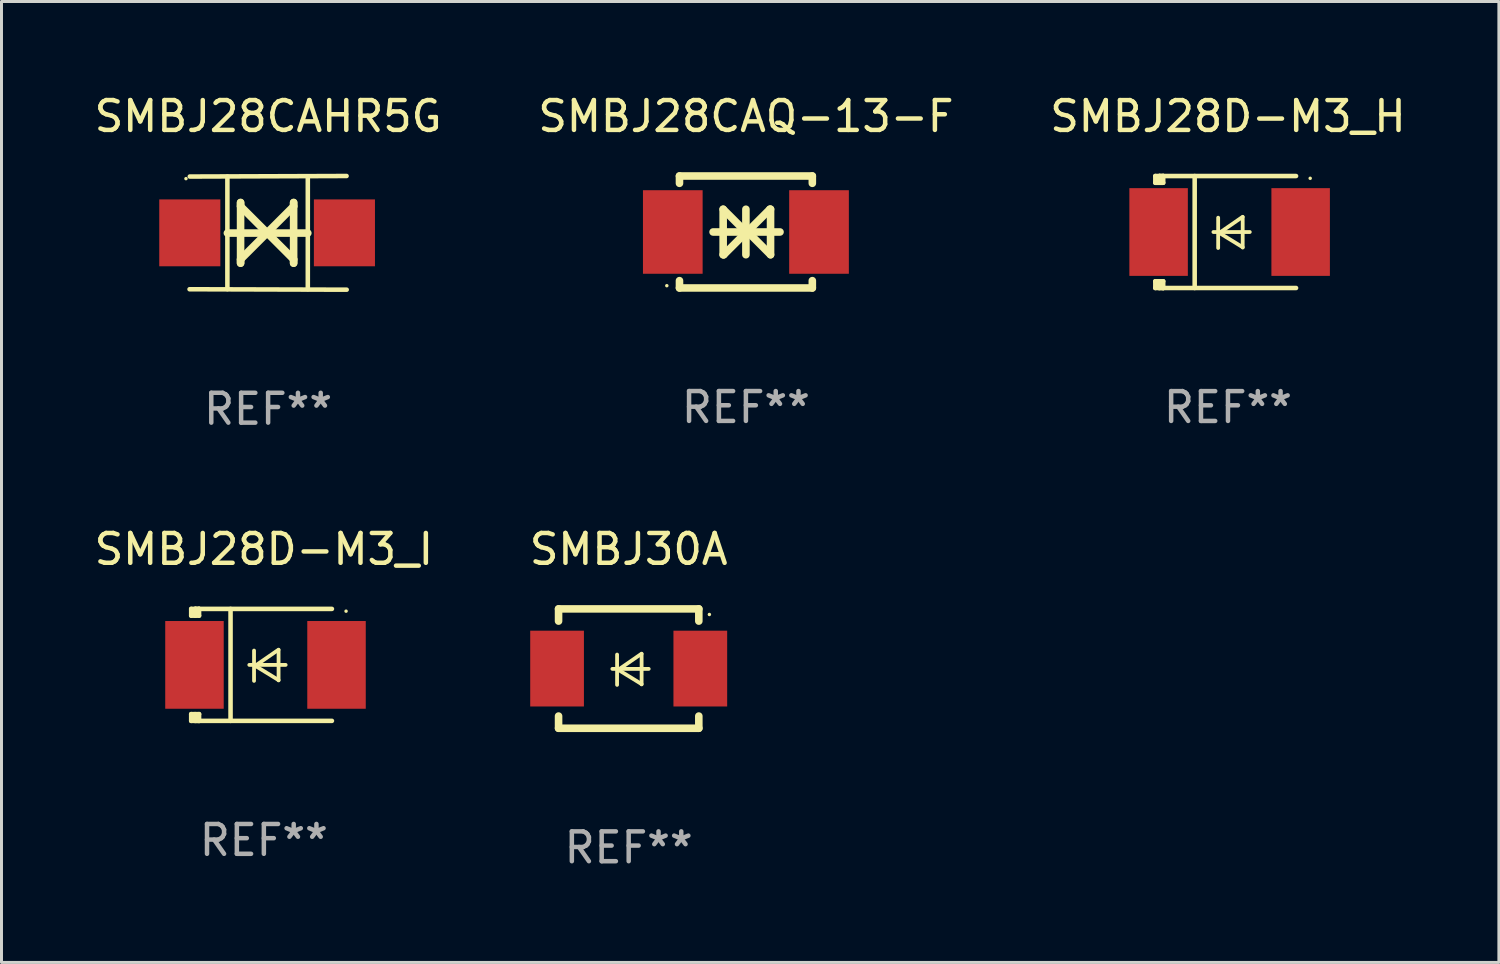
<source format=kicad_pcb>
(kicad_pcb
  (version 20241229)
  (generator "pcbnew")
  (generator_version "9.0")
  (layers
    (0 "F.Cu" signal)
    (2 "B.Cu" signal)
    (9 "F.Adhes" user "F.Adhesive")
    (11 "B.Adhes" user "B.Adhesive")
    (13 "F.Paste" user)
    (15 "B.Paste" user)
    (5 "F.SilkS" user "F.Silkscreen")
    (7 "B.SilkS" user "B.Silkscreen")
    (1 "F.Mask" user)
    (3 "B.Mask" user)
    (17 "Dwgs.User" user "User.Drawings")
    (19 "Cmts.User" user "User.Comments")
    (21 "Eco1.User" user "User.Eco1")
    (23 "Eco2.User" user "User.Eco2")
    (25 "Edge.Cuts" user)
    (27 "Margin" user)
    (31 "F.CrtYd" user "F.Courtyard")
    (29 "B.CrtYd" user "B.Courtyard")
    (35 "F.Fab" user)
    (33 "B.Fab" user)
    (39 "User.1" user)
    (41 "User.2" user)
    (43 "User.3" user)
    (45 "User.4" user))
  (footprint "SMBJ28CAHR5G"
    (layer "F.Cu")
    (at 5.935 4.753)
    (property "Reference" "SMBJ28CAHR5G" (at 0 -3.905 0) (layer "F.SilkS") (effects (font (size 1 1) (thickness 0.15))))
    (attr through_hole)
    (fp_line (start -1.365 1.886) (end -1.365 -1.886) (stroke (width 0.152) (type solid)) (layer "F.SilkS"))
    (fp_line (start -1.365 0.008) (end 1.33 0.008) (stroke (width 0.254) (type solid)) (layer "F.SilkS"))
    (fp_line (start -0.923 -1.016) (end -0.923 1.016) (stroke (width 0.254) (type solid)) (layer "F.SilkS"))
    (fp_line (start -0.923 -0.889) (end -0.923 -1.016) (stroke (width 0.254) (type solid)) (layer "F.SilkS"))
    (fp_line (start -0.923 0.889) (end -0.034 0) (stroke (width 0.254) (type solid)) (layer "F.SilkS"))
    (fp_line (start -0.923 1.016) (end -0.923 0.889) (stroke (width 0.254) (type solid)) (layer "F.SilkS"))
    (fp_line (start -0.034 0) (end -0.923 -0.889) (stroke (width 0.254) (type solid)) (layer "F.SilkS"))
    (fp_line (start -0.034 0) (end 0.855 0.889) (stroke (width 0.254) (type solid)) (layer "F.SilkS"))
    (fp_line (start 0.855 -1.016) (end 0.855 -0.889) (stroke (width 0.254) (type solid)) (layer "F.SilkS"))
    (fp_line (start 0.855 -0.889) (end -0.034 0) (stroke (width 0.254) (type solid)) (layer "F.SilkS"))
    (fp_line (start 0.855 0.889) (end 0.855 1.016) (stroke (width 0.254) (type solid)) (layer "F.SilkS"))
    (fp_line (start 0.855 1.016) (end 0.855 -1.016) (stroke (width 0.254) (type solid)) (layer "F.SilkS"))
    (fp_line (start 1.33 1.886) (end 1.33 -1.886) (stroke (width 0.152) (type solid)) (layer "F.SilkS"))
    (fp_line (start 2.629 -1.905) (end -2.625 -1.887) (stroke (width 0.152) (type solid)) (layer "F.SilkS"))
    (fp_line (start 2.633 1.905) (end -2.633 1.89) (stroke (width 0.152) (type solid)) (layer "F.SilkS"))
    (fp_circle (center -2.753 -1.816) (end -2.723 -1.816) (stroke (width 0.06) (type solid)) (fill no) (layer "F.SilkS"))
    (fp_text user "REF**" (at 0 5.905 0) (layer "F.Fab") (effects (font (size 1 1) (thickness 0.15))))
    (pad "1" smd rect (at -2.625 0) (size 2.047 2.241) (layers "F.Cu" "F.Mask" "F.Paste"))
    (pad "2" smd rect (at 2.557 0) (size 2.047 2.241) (layers "F.Cu" "F.Mask" "F.Paste")))
  (footprint "SMBJ28D-M3_I"
    (layer "F.Cu")
    (at 5.792 19.231)
    (property "Reference" "SMBJ28D-M3_I" (at 0 -3.876 0) (layer "F.SilkS") (effects (font (size 1 1) (thickness 0.15))))
    (attr through_hole)
    (fp_line (start -2.435 1.65) (end -2.171 1.65) (stroke (width 0.152) (type solid)) (layer "F.SilkS"))
    (fp_line (start -2.435 1.876) (end -2.435 1.65) (stroke (width 0.152) (type solid)) (layer "F.SilkS"))
    (fp_line (start -2.435 -1.876) (end -2.171 -1.876) (stroke (width 0.152) (type solid)) (layer "F.SilkS"))
    (fp_line (start -2.435 -1.65) (end -2.435 -1.876) (stroke (width 0.152) (type solid)) (layer "F.SilkS"))
    (fp_line (start -2.305 -1.866) (end -2.295 -1.876) (stroke (width 0.152) (type solid)) (layer "F.SilkS"))
    (fp_line (start -2.305 -1.65) (end -2.305 -1.866) (stroke (width 0.152) (type solid)) (layer "F.SilkS"))
    (fp_line (start -2.305 1.876) (end -2.305 1.65) (stroke (width 0.152) (type solid)) (layer "F.SilkS"))
    (fp_line (start -2.295 -1.876) (end -2.295 -1.65) (stroke (width 0.152) (type solid)) (layer "F.SilkS"))
    (fp_line (start -2.171 1.876) (end -2.435 1.876) (stroke (width 0.152) (type solid)) (layer "F.SilkS"))
    (fp_line (start -2.171 -1.65) (end -2.435 -1.65) (stroke (width 0.152) (type solid)) (layer "F.SilkS"))
    (fp_line (start -2.171 -1.876) (end -2.295 -1.876) (stroke (width 0.152) (type solid)) (layer "F.SilkS"))
    (fp_line (start -2.171 -1.65) (end -2.171 -1.876) (stroke (width 0.152) (type solid)) (layer "F.SilkS"))
    (fp_line (start -2.171 1.876) (end -2.305 1.876) (stroke (width 0.152) (type solid)) (layer "F.SilkS"))
    (fp_line (start -2.171 1.876) (end -2.171 1.65) (stroke (width 0.152) (type solid)) (layer "F.SilkS"))
    (fp_line (start -1.116 1.876) (end -1.116 -1.876) (stroke (width 0.152) (type solid)) (layer "F.SilkS"))
    (fp_line (start -0.488 0.000102) (end 0.731 0.000102) (stroke (width 0.127) (type solid)) (layer "F.SilkS"))
    (fp_line (start -0.329 -0.48) (end -0.329 0.536) (stroke (width 0.127) (type solid)) (layer "F.SilkS"))
    (fp_line (start -0.29 0.03) (end 0.493 0.51) (stroke (width 0.127) (type solid)) (layer "F.SilkS"))
    (fp_line (start 0.493 -0.51) (end -0.29 0.03) (stroke (width 0.127) (type solid)) (layer "F.SilkS"))
    (fp_line (start 0.493 0.52) (end 0.493 -0.496) (stroke (width 0.127) (type solid)) (layer "F.SilkS"))
    (fp_line (start 2.281 -1.876) (end -2.171 -1.876) (stroke (width 0.152) (type solid)) (layer "F.SilkS"))
    (fp_line (start 2.281 1.876) (end -2.171 1.876) (stroke (width 0.152) (type solid)) (layer "F.SilkS"))
    (fp_circle (center 2.755 -1.8) (end 2.785 -1.8) (stroke (width 0.06) (type solid)) (fill no) (layer "F.SilkS"))
    (fp_text user "REF**" (at 0 5.876 0) (layer "F.Fab") (effects (font (size 1 1) (thickness 0.15))))
    (pad "1" smd rect (at 2.435 -0.000025 180) (size 1.96 2.94) (layers "F.Cu" "F.Mask" "F.Paste"))
    (pad "2" smd rect (at -2.325 -0.000025 180) (size 1.96 2.94) (layers "F.Cu" "F.Mask" "F.Paste")))
  (footprint "SMBJ28D-M3_H"
    (layer "F.Cu")
    (at 38.101 4.725)
    (property "Reference" "SMBJ28D-M3_H" (at 0 -3.876 0) (layer "F.SilkS") (effects (font (size 1 1) (thickness 0.15))))
    (attr through_hole)
    (fp_line (start -2.435 1.65) (end -2.171 1.65) (stroke (width 0.152) (type solid)) (layer "F.SilkS"))
    (fp_line (start -2.435 1.876) (end -2.435 1.65) (stroke (width 0.152) (type solid)) (layer "F.SilkS"))
    (fp_line (start -2.435 -1.876) (end -2.171 -1.876) (stroke (width 0.152) (type solid)) (layer "F.SilkS"))
    (fp_line (start -2.435 -1.65) (end -2.435 -1.876) (stroke (width 0.152) (type solid)) (layer "F.SilkS"))
    (fp_line (start -2.305 -1.866) (end -2.295 -1.876) (stroke (width 0.152) (type solid)) (layer "F.SilkS"))
    (fp_line (start -2.305 -1.65) (end -2.305 -1.866) (stroke (width 0.152) (type solid)) (layer "F.SilkS"))
    (fp_line (start -2.305 1.876) (end -2.305 1.65) (stroke (width 0.152) (type solid)) (layer "F.SilkS"))
    (fp_line (start -2.295 -1.876) (end -2.295 -1.65) (stroke (width 0.152) (type solid)) (layer "F.SilkS"))
    (fp_line (start -2.171 1.876) (end -2.435 1.876) (stroke (width 0.152) (type solid)) (layer "F.SilkS"))
    (fp_line (start -2.171 -1.65) (end -2.435 -1.65) (stroke (width 0.152) (type solid)) (layer "F.SilkS"))
    (fp_line (start -2.171 -1.876) (end -2.295 -1.876) (stroke (width 0.152) (type solid)) (layer "F.SilkS"))
    (fp_line (start -2.171 -1.65) (end -2.171 -1.876) (stroke (width 0.152) (type solid)) (layer "F.SilkS"))
    (fp_line (start -2.171 1.876) (end -2.305 1.876) (stroke (width 0.152) (type solid)) (layer "F.SilkS"))
    (fp_line (start -2.171 1.876) (end -2.171 1.65) (stroke (width 0.152) (type solid)) (layer "F.SilkS"))
    (fp_line (start -1.116 1.876) (end -1.116 -1.876) (stroke (width 0.152) (type solid)) (layer "F.SilkS"))
    (fp_line (start -0.488 0.000102) (end 0.731 0.000102) (stroke (width 0.127) (type solid)) (layer "F.SilkS"))
    (fp_line (start -0.329 -0.48) (end -0.329 0.536) (stroke (width 0.127) (type solid)) (layer "F.SilkS"))
    (fp_line (start -0.29 0.03) (end 0.493 0.51) (stroke (width 0.127) (type solid)) (layer "F.SilkS"))
    (fp_line (start 0.493 -0.51) (end -0.29 0.03) (stroke (width 0.127) (type solid)) (layer "F.SilkS"))
    (fp_line (start 0.493 0.52) (end 0.493 -0.496) (stroke (width 0.127) (type solid)) (layer "F.SilkS"))
    (fp_line (start 2.281 -1.876) (end -2.171 -1.876) (stroke (width 0.152) (type solid)) (layer "F.SilkS"))
    (fp_line (start 2.281 1.876) (end -2.171 1.876) (stroke (width 0.152) (type solid)) (layer "F.SilkS"))
    (fp_circle (center 2.755 -1.8) (end 2.785 -1.8) (stroke (width 0.06) (type solid)) (fill no) (layer "F.SilkS"))
    (fp_text user "REF**" (at 0 5.876 0) (layer "F.Fab") (effects (font (size 1 1) (thickness 0.15))))
    (pad "1" smd rect (at 2.435 -0.000025 180) (size 1.96 2.94) (layers "F.Cu" "F.Mask" "F.Paste"))
    (pad "2" smd rect (at -2.325 -0.000025 180) (size 1.96 2.94) (layers "F.Cu" "F.Mask" "F.Paste")))
  (footprint "SMBJ30A"
    (layer "F.Cu")
    (at 18.018 19.355)
    (property "Reference" "SMBJ30A" (at 0 -4 0) (layer "F.SilkS") (effects (font (size 1 1) (thickness 0.15))))
    (attr through_hole)
    (fp_line (start -2.35 -2) (end -2.35 -1.591) (stroke (width 0.254) (type solid)) (layer "F.SilkS"))
    (fp_line (start -2.35 -2) (end 2.35 -2) (stroke (width 0.254) (type solid)) (layer "F.SilkS"))
    (fp_line (start -2.35 1.591) (end -2.35 2) (stroke (width 0.254) (type solid)) (layer "F.SilkS"))
    (fp_line (start -2.35 2) (end 2.35 2) (stroke (width 0.254) (type solid)) (layer "F.SilkS"))
    (fp_line (start -0.548 0.01) (end 0.671 0.01) (stroke (width 0.127) (type solid)) (layer "F.SilkS"))
    (fp_line (start -0.389 -0.47) (end -0.389 0.546) (stroke (width 0.127) (type solid)) (layer "F.SilkS"))
    (fp_line (start -0.35 0.04) (end 0.433 0.52) (stroke (width 0.127) (type solid)) (layer "F.SilkS"))
    (fp_line (start 0.433 -0.5) (end -0.35 0.04) (stroke (width 0.127) (type solid)) (layer "F.SilkS"))
    (fp_line (start 0.433 0.53) (end 0.433 -0.486) (stroke (width 0.127) (type solid)) (layer "F.SilkS"))
    (fp_line (start 2.35 -2) (end 2.35 -1.591) (stroke (width 0.254) (type solid)) (layer "F.SilkS"))
    (fp_line (start 2.35 1.591) (end 2.35 2) (stroke (width 0.254) (type solid)) (layer "F.SilkS"))
    (fp_circle (center 2.704 -1.813) (end 2.734 -1.813) (stroke (width 0.06) (type solid)) (fill no) (layer "F.SilkS"))
    (fp_text user "REF**" (at 0 6 0) (layer "F.Fab") (effects (font (size 1 1) (thickness 0.15))))
    (pad "1" smd rect (at 2.4 0) (size 1.8 2.54) (layers "F.Cu" "F.Mask" "F.Paste"))
    (pad "2" smd rect (at -2.4 0) (size 1.8 2.54) (layers "F.Cu" "F.Mask" "F.Paste")))
  (footprint "SMBJ28CAQ-13-F"
    (layer "F.Cu")
    (at 21.946 4.724)
    (property "Reference" "SMBJ28CAQ-13-F" (at 0 -3.876 0) (layer "F.SilkS") (effects (font (size 1 1) (thickness 0.15))))
    (attr through_hole)
    (fp_line (start -2.226 -1.876) (end -2.226 -1.631) (stroke (width 0.254) (type solid)) (layer "F.SilkS"))
    (fp_line (start -2.226 -1.876) (end 2.226 -1.876) (stroke (width 0.254) (type solid)) (layer "F.SilkS"))
    (fp_line (start -2.226 1.631) (end -2.226 1.876) (stroke (width 0.254) (type solid)) (layer "F.SilkS"))
    (fp_line (start -2.226 1.876) (end 2.226 1.876) (stroke (width 0.254) (type solid)) (layer "F.SilkS"))
    (fp_line (start -1.1 0) (end 1.143 0) (stroke (width 0.254) (type solid)) (layer "F.SilkS"))
    (fp_line (start -0.762 -0.762) (end -0.762 0.762) (stroke (width 0.254) (type solid)) (layer "F.SilkS"))
    (fp_line (start -0.762 0.762) (end -0.741 0.762) (stroke (width 0.254) (type solid)) (layer "F.SilkS"))
    (fp_line (start -0.741 0.762) (end 0.021 0) (stroke (width 0.254) (type solid)) (layer "F.SilkS"))
    (fp_line (start 0 -0.762) (end 0 0.762) (stroke (width 0.254) (type solid)) (layer "F.SilkS"))
    (fp_line (start 0 0) (end -0.762 -0.762) (stroke (width 0.254) (type solid)) (layer "F.SilkS"))
    (fp_line (start 0.021 0) (end 0 0) (stroke (width 0.254) (type solid)) (layer "F.SilkS"))
    (fp_line (start 0.042 0) (end 0.064 0) (stroke (width 0.254) (type solid)) (layer "F.SilkS"))
    (fp_line (start 0.064 0) (end 0.826 0.762) (stroke (width 0.254) (type solid)) (layer "F.SilkS"))
    (fp_line (start 0.804 -0.762) (end 0.042 0) (stroke (width 0.254) (type solid)) (layer "F.SilkS"))
    (fp_line (start 0.826 -0.762) (end 0.804 -0.762) (stroke (width 0.254) (type solid)) (layer "F.SilkS"))
    (fp_line (start 0.826 0.762) (end 0.826 -0.762) (stroke (width 0.254) (type solid)) (layer "F.SilkS"))
    (fp_line (start 2.226 -1.876) (end 2.226 -1.631) (stroke (width 0.254) (type solid)) (layer "F.SilkS"))
    (fp_line (start 2.226 1.631) (end 2.226 1.876) (stroke (width 0.254) (type solid)) (layer "F.SilkS"))
    (fp_circle (center -2.65 1.8) (end -2.62 1.8) (stroke (width 0.06) (type solid)) (fill no) (layer "F.SilkS"))
    (fp_text user "REF**" (at 0 5.876 0) (layer "F.Fab") (effects (font (size 1 1) (thickness 0.15))))
    (pad "1" smd rect (at -2.45 0 180) (size 2 2.8) (layers "F.Cu" "F.Mask" "F.Paste"))
    (pad "2" smd rect (at 2.45 0 180) (size 2 2.8) (layers "F.Cu" "F.Mask" "F.Paste")))
  (gr_rect
    (start -3 -3)
    (end 47.179 29.203)
    (stroke (width 0.1) (type default))
    (fill no)
    (layer "Edge.Cuts")))
</source>
